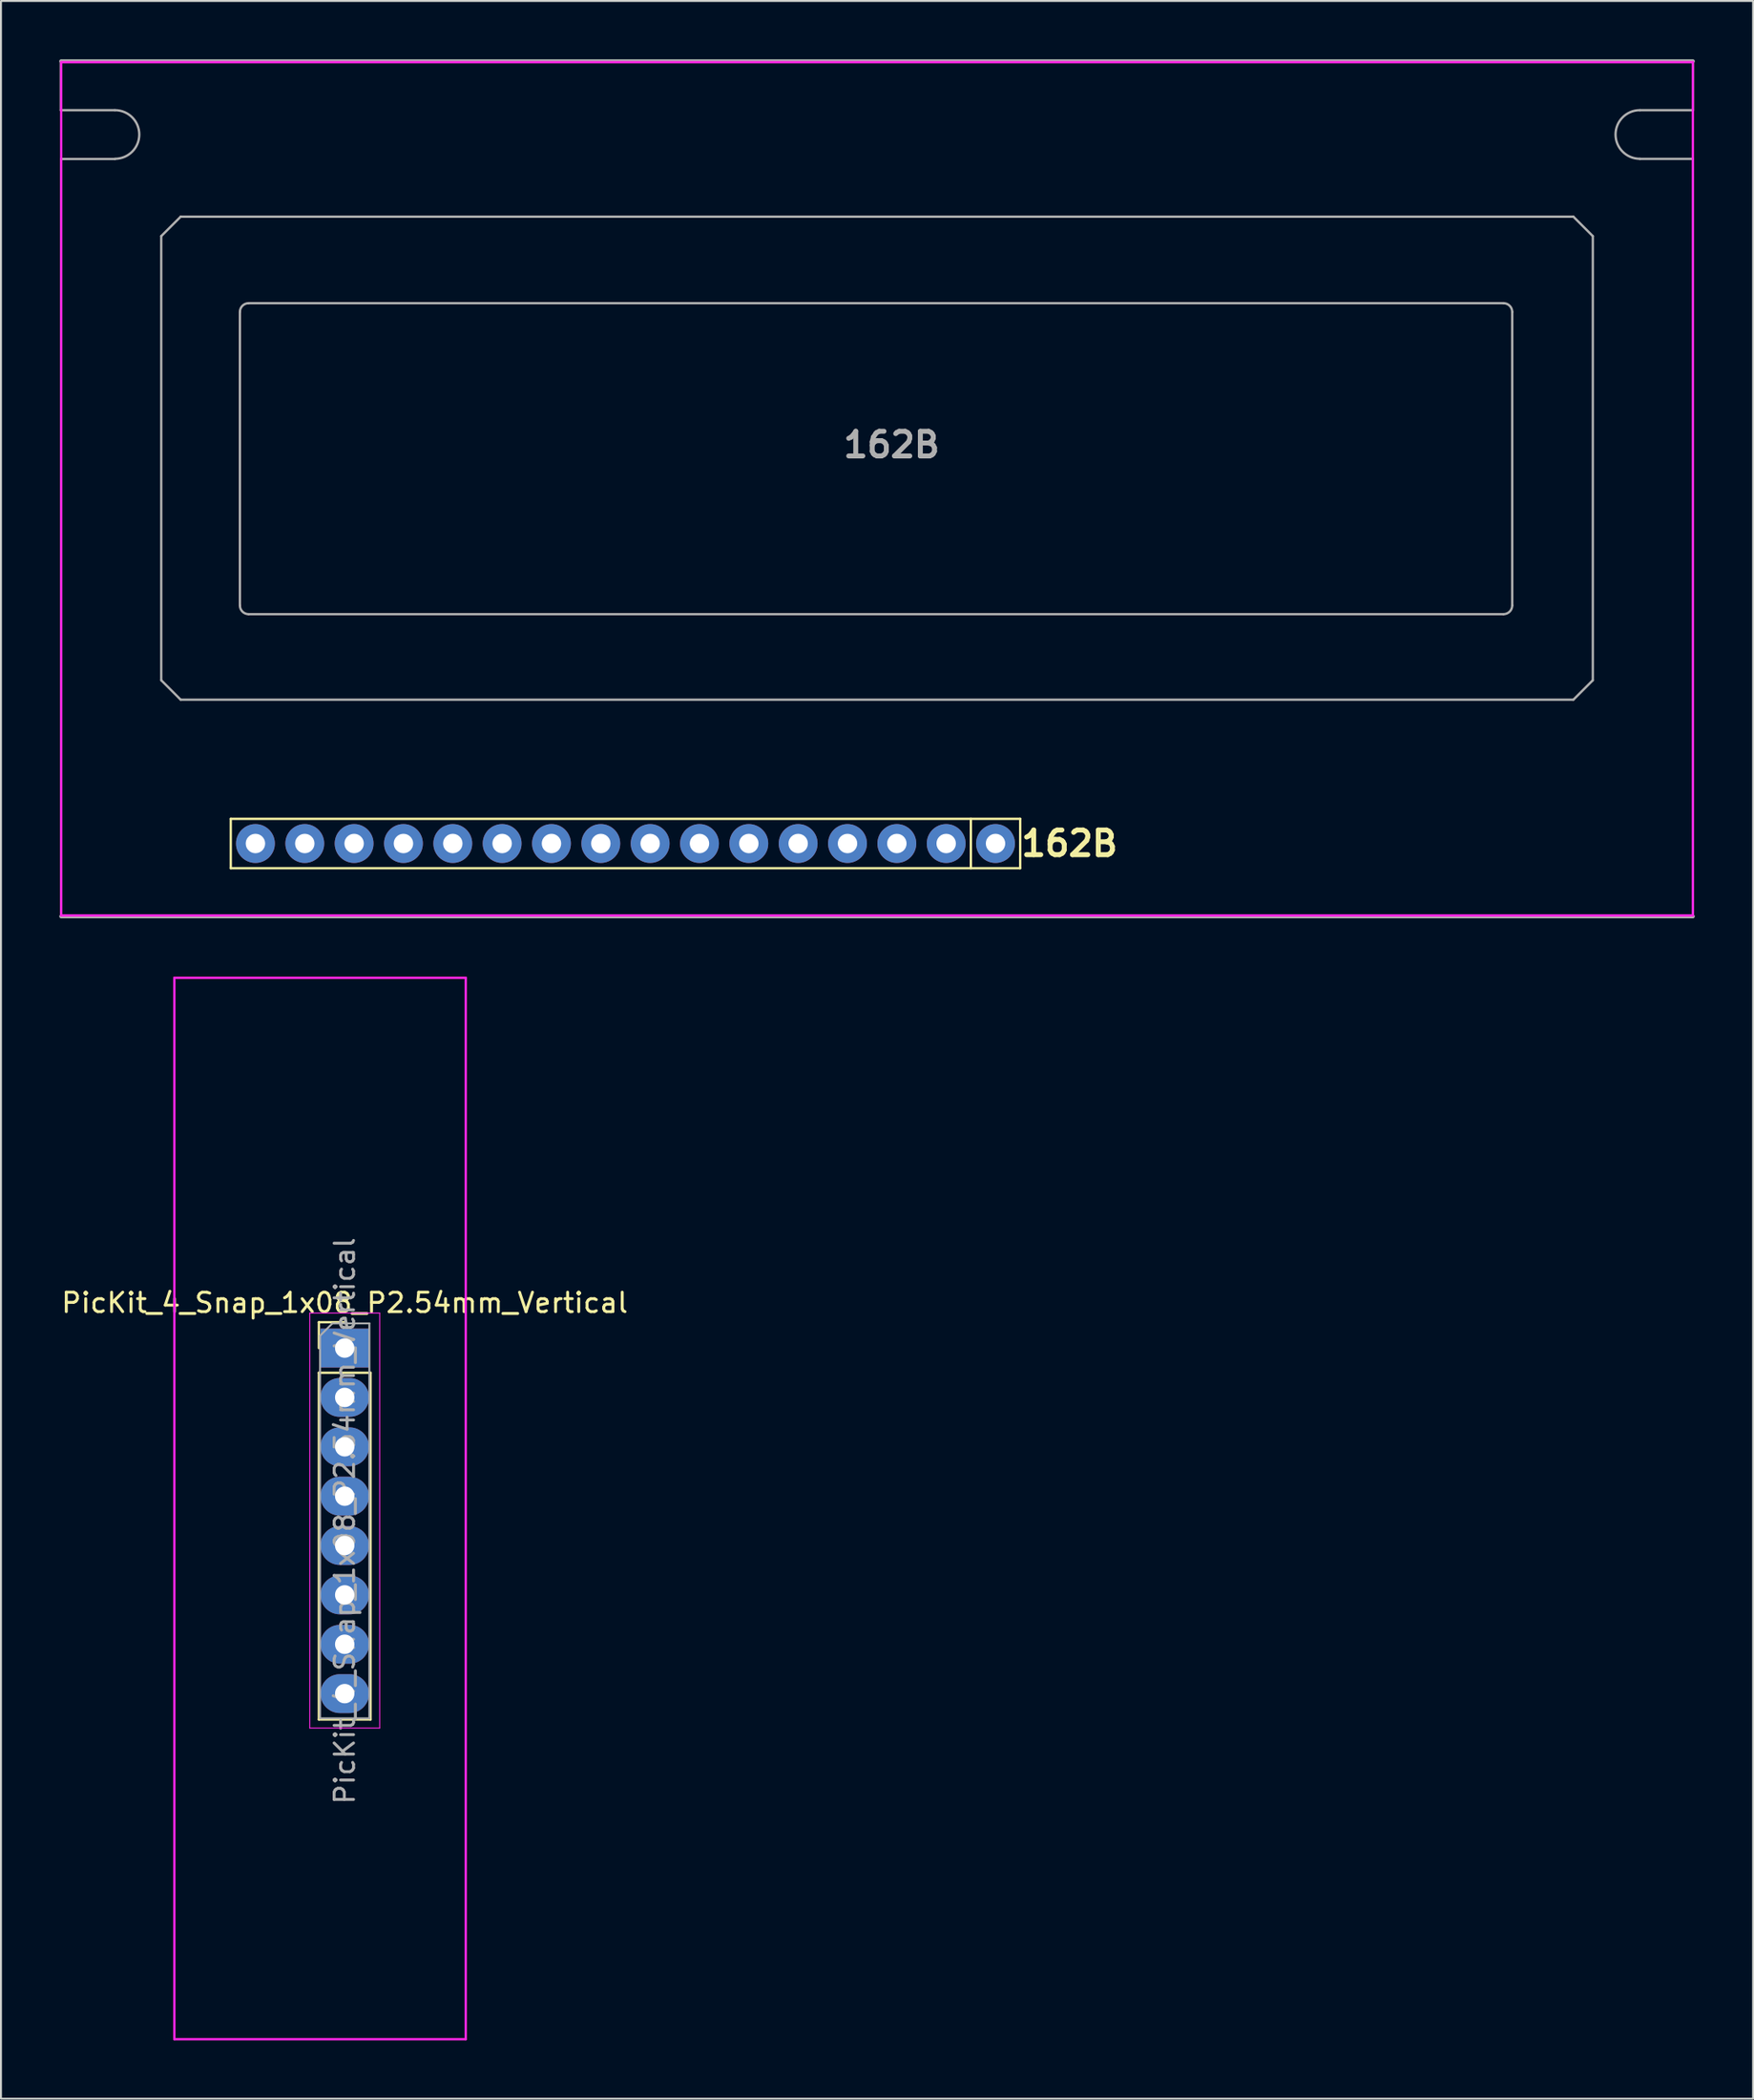
<source format=kicad_pcb>
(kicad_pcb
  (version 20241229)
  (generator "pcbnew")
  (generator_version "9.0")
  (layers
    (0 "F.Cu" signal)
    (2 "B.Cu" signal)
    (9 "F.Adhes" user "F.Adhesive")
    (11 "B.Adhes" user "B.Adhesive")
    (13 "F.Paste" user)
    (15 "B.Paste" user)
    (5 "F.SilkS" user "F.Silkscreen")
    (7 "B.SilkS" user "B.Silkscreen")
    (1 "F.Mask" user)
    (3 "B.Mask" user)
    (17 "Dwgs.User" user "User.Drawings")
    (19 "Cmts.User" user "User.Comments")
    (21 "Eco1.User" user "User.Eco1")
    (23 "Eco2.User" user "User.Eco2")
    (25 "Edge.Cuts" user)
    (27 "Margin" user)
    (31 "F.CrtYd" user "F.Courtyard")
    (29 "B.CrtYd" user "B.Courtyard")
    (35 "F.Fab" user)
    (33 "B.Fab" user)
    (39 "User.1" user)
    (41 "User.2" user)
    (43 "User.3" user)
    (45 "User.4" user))
  (footprint "162B"
    (layer "F.Cu")
    (at 48.2 40.35)
    (property "Reference" "162B" (at 3.81 0 0) (layer "F.SilkS") (effects (font (size 1.27 1.27) (thickness 0.254))))
    (attr through_hole)
    (fp_line (start -39.37 -1.27) (end 1.27 -1.27) (stroke (width 0.12) (type solid)) (layer "F.SilkS"))
    (fp_line (start -39.37 1.27) (end -39.37 -1.27) (stroke (width 0.12) (type solid)) (layer "F.SilkS"))
    (fp_line (start -1.27 1.27) (end -1.27 -1.27) (stroke (width 0.12) (type solid)) (layer "F.SilkS"))
    (fp_line (start 1.27 -1.27) (end 1.27 1.27) (stroke (width 0.12) (type solid)) (layer "F.SilkS"))
    (fp_line (start 1.27 1.27) (end -39.37 1.27) (stroke (width 0.12) (type solid)) (layer "F.SilkS"))
    (fp_line (start -48.1 -40.2) (end -48.1 3.7) (stroke (width 0.12) (type solid)) (layer "F.CrtYd"))
    (fp_line (start -48.1 3.7) (end 35.9 3.7) (stroke (width 0.12) (type solid)) (layer "F.CrtYd"))
    (fp_line (start 35.9 -40.2) (end -48.1 -40.2) (stroke (width 0.12) (type solid)) (layer "F.CrtYd"))
    (fp_line (start 35.9 3.7) (end 35.9 -40.2) (stroke (width 0.12) (type solid)) (layer "F.CrtYd"))
    (fp_line (start -48.12 -37.73) (end -48.12 -40.26) (stroke (width 0.12) (type solid)) (layer "F.Fab"))
    (fp_line (start -48.1 -40.25) (end 35.9 -40.25) (stroke (width 0.2) (type solid)) (layer "F.Fab"))
    (fp_line (start -48.1 -35.22) (end -45.33 -35.22) (stroke (width 0.12) (type solid)) (layer "F.Fab"))
    (fp_line (start -48.1 3.76) (end -48.1 -35.22) (stroke (width 0.12) (type solid)) (layer "F.Fab"))
    (fp_line (start -48.09 -37.73) (end -48.12 -37.73) (stroke (width 0.12) (type solid)) (layer "F.Fab"))
    (fp_line (start -45.34 -37.73) (end -48.09 -37.73) (stroke (width 0.12) (type solid)) (layer "F.Fab"))
    (fp_line (start -42.95 -31.25) (end -42.95 -8.4) (stroke (width 0.12) (type solid)) (layer "F.Fab"))
    (fp_line (start -42.95 -31.25) (end -41.95 -32.25) (stroke (width 0.12) (type solid)) (layer "F.Fab"))
    (fp_line (start -41.95 -7.4) (end -42.95 -8.4) (stroke (width 0.12) (type solid)) (layer "F.Fab"))
    (fp_line (start -41.95 -7.4) (end 29.75 -7.4) (stroke (width 0.12) (type solid)) (layer "F.Fab"))
    (fp_line (start -38.9 -27.35) (end -38.9 -12.25) (stroke (width 0.12) (type solid)) (layer "F.Fab"))
    (fp_line (start -38.45 -11.8) (end 26.15 -11.8) (stroke (width 0.12) (type solid)) (layer "F.Fab"))
    (fp_line (start 26.15 -27.8) (end -38.45 -27.8) (stroke (width 0.12) (type solid)) (layer "F.Fab"))
    (fp_line (start 26.6 -12.25) (end 26.6 -27.35) (stroke (width 0.12) (type solid)) (layer "F.Fab"))
    (fp_line (start 29.75 -32.25) (end -41.95 -32.25) (stroke (width 0.12) (type solid)) (layer "F.Fab"))
    (fp_line (start 29.75 -32.25) (end 30.75 -31.25) (stroke (width 0.12) (type solid)) (layer "F.Fab"))
    (fp_line (start 30.75 -8.4) (end 29.75 -7.4) (stroke (width 0.12) (type solid)) (layer "F.Fab"))
    (fp_line (start 30.75 -8.4) (end 30.75 -31.25) (stroke (width 0.12) (type solid)) (layer "F.Fab"))
    (fp_line (start 33.175 -35.225) (end 35.9 -35.225) (stroke (width 0.12) (type solid)) (layer "F.Fab"))
    (fp_line (start 35.9 3.75) (end -48.1 3.75) (stroke (width 0.2) (type solid)) (layer "F.Fab"))
    (fp_line (start 35.9 3.75) (end 35.9 -35.2) (stroke (width 0.12) (type solid)) (layer "F.Fab"))
    (fp_line (start 35.91 -40.24) (end 35.91 -37.73) (stroke (width 0.12) (type solid)) (layer "F.Fab"))
    (fp_line (start 35.91 -37.73) (end 33.18 -37.73) (stroke (width 0.12) (type solid)) (layer "F.Fab"))
    (fp_arc (start -45.33 -37.730639) (mid -44.079361 -36.48) (end -45.33 -35.229361) (stroke (width 0.12) (type solid)) (layer "F.Fab"))
    (fp_arc (start -38.9 -27.35) (mid -38.768198 -27.668198) (end -38.45 -27.8) (stroke (width 0.12) (type solid)) (layer "F.Fab"))
    (fp_arc (start -38.45 -11.8) (mid -38.768198 -11.931802) (end -38.9 -12.25) (stroke (width 0.12) (type solid)) (layer "F.Fab"))
    (fp_arc (start 26.15 -27.8) (mid 26.468198 -27.668198) (end 26.6 -27.35) (stroke (width 0.12) (type solid)) (layer "F.Fab"))
    (fp_arc (start 26.6 -12.25) (mid 26.468198 -11.931802) (end 26.15 -11.8) (stroke (width 0.12) (type solid)) (layer "F.Fab"))
    (fp_arc (start 33.17 -35.229361) (mid 31.919361 -36.48) (end 33.17 -37.730639) (stroke (width 0.12) (type solid)) (layer "F.Fab"))
    (fp_text user "${REFERENCE}" (at -5.35 -20.515 0) (layer "F.Fab") (effects (font (size 1.27 1.27) (thickness 0.254))))
    (pad "1" thru_hole circle (at 0 0) (size 2 2) (drill 1) (layers "*.Cu" "*.Mask"))
    (pad "2" thru_hole circle (at -2.54 0) (size 2 2) (drill 1) (layers "*.Cu" "*.Mask"))
    (pad "3" thru_hole circle (at -5.08 0) (size 2 2) (drill 1) (layers "*.Cu" "*.Mask"))
    (pad "4" thru_hole circle (at -7.62 0) (size 2 2) (drill 1) (layers "*.Cu" "*.Mask"))
    (pad "5" thru_hole circle (at -10.16 0) (size 2 2) (drill 1) (layers "*.Cu" "*.Mask"))
    (pad "6" thru_hole circle (at -12.7 0) (size 2 2) (drill 1) (layers "*.Cu" "*.Mask"))
    (pad "7" thru_hole circle (at -15.24 0) (size 2 2) (drill 1) (layers "*.Cu" "*.Mask"))
    (pad "8" thru_hole circle (at -17.78 0) (size 2 2) (drill 1) (layers "*.Cu" "*.Mask"))
    (pad "9" thru_hole circle (at -20.32 0) (size 2 2) (drill 1) (layers "*.Cu" "*.Mask"))
    (pad "10" thru_hole circle (at -22.86 0) (size 2 2) (drill 1) (layers "*.Cu" "*.Mask"))
    (pad "11" thru_hole circle (at -25.4 0) (size 2 2) (drill 1) (layers "*.Cu" "*.Mask"))
    (pad "12" thru_hole circle (at -27.94 0) (size 2 2) (drill 1) (layers "*.Cu" "*.Mask"))
    (pad "13" thru_hole circle (at -30.48 0) (size 2 2) (drill 1) (layers "*.Cu" "*.Mask"))
    (pad "14" thru_hole circle (at -33.02 0) (size 2 2) (drill 1) (layers "*.Cu" "*.Mask"))
    (pad "15" thru_hole circle (at -35.56 0) (size 2 2) (drill 1) (layers "*.Cu" "*.Mask"))
    (pad "16" thru_hole circle (at -38.1 0) (size 2 2) (drill 1) (layers "*.Cu" "*.Mask")))
  (footprint "PicKit_4_Snap_1x08_P2.54mm_Vertical"
    (layer "F.Cu")
    (at 14.696 66.31)
    (property "Reference" "PicKit_4_Snap_1x08_P2.54mm_Vertical" (at 0 -2.33 0) (layer "F.SilkS") (effects (font (size 1 1) (thickness 0.15))))
    (attr through_hole)
    (fp_line (start -1.33 -1.33) (end 0 -1.33) (stroke (width 0.12) (type solid)) (layer "F.SilkS"))
    (fp_line (start -1.33 0) (end -1.33 -1.33) (stroke (width 0.12) (type solid)) (layer "F.SilkS"))
    (fp_line (start -1.33 1.27) (end -1.33 19.11) (stroke (width 0.12) (type solid)) (layer "F.SilkS"))
    (fp_line (start -1.33 1.27) (end 1.33 1.27) (stroke (width 0.12) (type solid)) (layer "F.SilkS"))
    (fp_line (start -1.33 19.11) (end 1.33 19.11) (stroke (width 0.12) (type solid)) (layer "F.SilkS"))
    (fp_line (start 1.33 1.27) (end 1.33 19.11) (stroke (width 0.12) (type solid)) (layer "F.SilkS"))
    (fp_line (start -8.77 -19.05) (end 6.23 -19.05) (stroke (width 0.12) (type solid)) (layer "F.CrtYd"))
    (fp_line (start -8.77 35.56) (end -8.77 -19.05) (stroke (width 0.12) (type solid)) (layer "F.CrtYd"))
    (fp_line (start -1.8 -1.8) (end -1.8 19.55) (stroke (width 0.05) (type solid)) (layer "F.CrtYd"))
    (fp_line (start -1.8 19.55) (end 1.8 19.55) (stroke (width 0.05) (type solid)) (layer "F.CrtYd"))
    (fp_line (start 1.8 -1.8) (end -1.8 -1.8) (stroke (width 0.05) (type solid)) (layer "F.CrtYd"))
    (fp_line (start 1.8 19.55) (end 1.8 -1.8) (stroke (width 0.05) (type solid)) (layer "F.CrtYd"))
    (fp_line (start 6.23 -19.05) (end 6.23 35.56) (stroke (width 0.12) (type solid)) (layer "F.CrtYd"))
    (fp_line (start 6.23 35.56) (end -8.77 35.56) (stroke (width 0.12) (type solid)) (layer "F.CrtYd"))
    (fp_line (start -1.27 -0.635) (end -0.635 -1.27) (stroke (width 0.1) (type solid)) (layer "F.Fab"))
    (fp_line (start -1.27 19.05) (end -1.27 -0.635) (stroke (width 0.1) (type solid)) (layer "F.Fab"))
    (fp_line (start -0.635 -1.27) (end 1.27 -1.27) (stroke (width 0.1) (type solid)) (layer "F.Fab"))
    (fp_line (start 1.27 -1.27) (end 1.27 19.05) (stroke (width 0.1) (type solid)) (layer "F.Fab"))
    (fp_line (start 1.27 19.05) (end -1.27 19.05) (stroke (width 0.1) (type solid)) (layer "F.Fab"))
    (fp_text user "${REFERENCE}" (at 0 8.89 90) (layer "F.Fab") (effects (font (size 1 1) (thickness 0.15))))
    (pad "1" thru_hole rect (at 0 0) (size 2.5 2) (drill 1) (layers "*.Cu" "*.Mask"))
    (pad "2" thru_hole oval (at 0 2.54) (size 2.5 2) (drill 1) (layers "*.Cu" "*.Mask"))
    (pad "3" thru_hole oval (at 0 5.08) (size 2.5 2) (drill 1) (layers "*.Cu" "*.Mask"))
    (pad "4" thru_hole oval (at 0 7.62) (size 2.5 2) (drill 1) (layers "*.Cu" "*.Mask"))
    (pad "5" thru_hole oval (at 0 10.16) (size 2.5 2) (drill 1) (layers "*.Cu" "*.Mask"))
    (pad "6" thru_hole oval (at 0 12.7) (size 2.5 2) (drill 1) (layers "*.Cu" "*.Mask"))
    (pad "7" thru_hole oval (at 0 15.24) (size 2.5 2) (drill 1) (layers "*.Cu" "*.Mask"))
    (pad "8" thru_hole oval (at 0 17.78) (size 2.5 2) (drill 1) (layers "*.Cu" "*.Mask")))
  (gr_rect
    (start -3 -3)
    (end 87.2 104.93)
    (stroke (width 0.1) (type default))
    (fill no)
    (layer "Edge.Cuts")))
</source>
